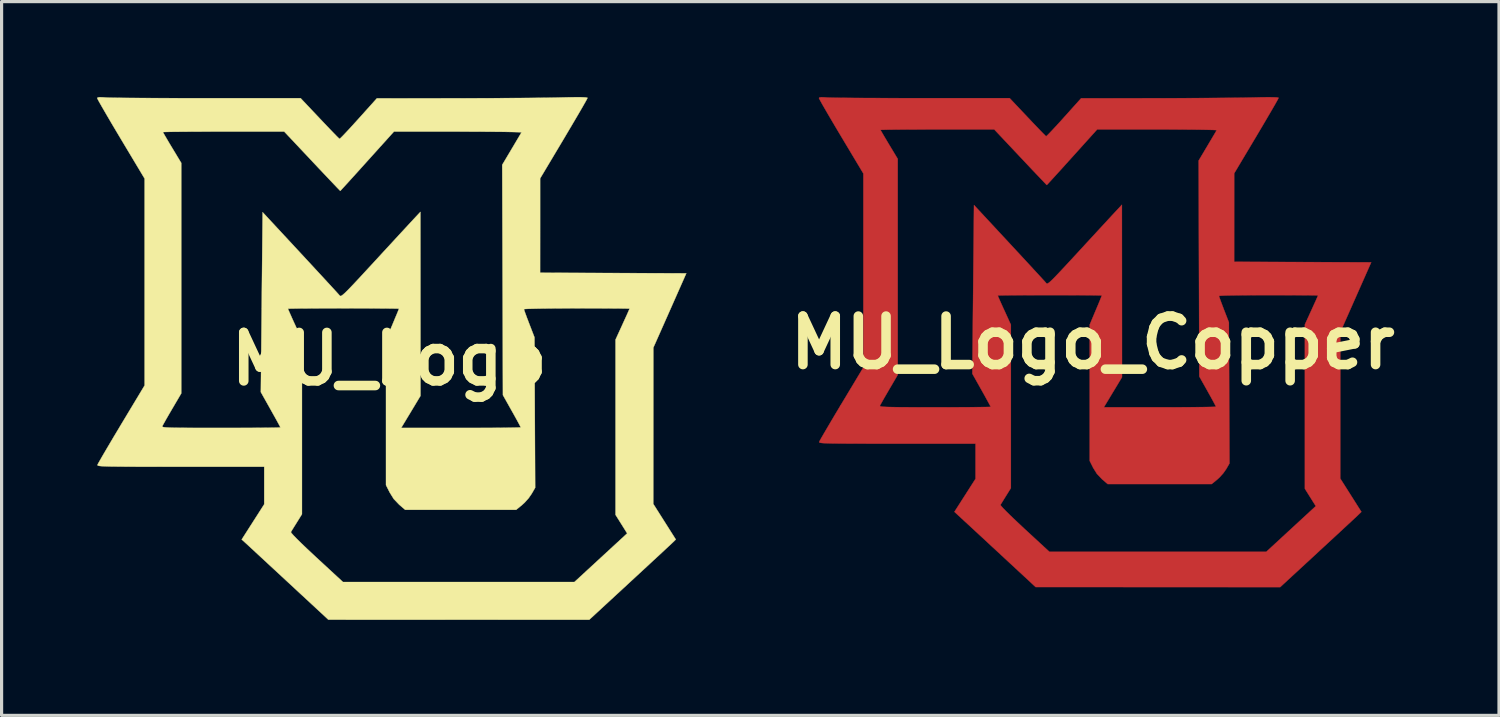
<source format=kicad_pcb>
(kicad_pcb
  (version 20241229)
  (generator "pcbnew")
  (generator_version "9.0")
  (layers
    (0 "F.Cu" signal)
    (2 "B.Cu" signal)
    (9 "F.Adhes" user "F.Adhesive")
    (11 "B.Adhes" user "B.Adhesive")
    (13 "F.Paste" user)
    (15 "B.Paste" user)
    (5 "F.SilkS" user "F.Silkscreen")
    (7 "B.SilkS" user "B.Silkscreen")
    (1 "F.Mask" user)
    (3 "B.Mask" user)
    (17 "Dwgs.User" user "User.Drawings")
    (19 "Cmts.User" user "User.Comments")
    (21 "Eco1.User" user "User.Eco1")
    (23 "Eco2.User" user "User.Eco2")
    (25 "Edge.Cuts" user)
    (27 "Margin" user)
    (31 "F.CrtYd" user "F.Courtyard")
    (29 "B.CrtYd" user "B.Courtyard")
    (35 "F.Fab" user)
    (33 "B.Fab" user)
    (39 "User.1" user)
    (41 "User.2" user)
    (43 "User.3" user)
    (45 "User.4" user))
  (footprint "MU_Logo_Copper"
    (layer "F.Cu")
    (at 31.292 7.718)
    (property "Reference" "MU_Logo_Copper" (at 0 0 0) (layer "F.SilkS") (effects (font (size 1.524 1.524) (thickness 0.3))))
    (attr through_hole)
    (fp_poly (pts (xy 5.688 -7.711) (xy 5.79 -7.706) (xy 5.838 -7.697) (xy 5.842 -7.692) (xy 5.826 -7.659) (xy 5.781 -7.576) (xy 5.71 -7.451) (xy 5.616 -7.289) (xy 5.503 -7.096) (xy 5.374 -6.876) (xy 5.233 -6.638) (xy 5.144 -6.488) (xy 4.446 -5.318) (xy 4.445 -2.54) (xy 6.599 -2.532) (xy 8.753 -2.524) (xy 8.268 -1.429) (xy 7.783 -0.333) (xy 7.781 1.968) (xy 7.78 4.27) (xy 8.444 5.318) (xy 8.357 5.403) (xy 8.318 5.441) (xy 8.236 5.517) (xy 8.117 5.628) (xy 7.966 5.768) (xy 7.787 5.934) (xy 7.586 6.12) (xy 7.367 6.322) (xy 7.135 6.536) (xy 7.082 6.586) (xy 5.892 7.684) (xy 2.049 7.683) (xy -1.794 7.682) (xy -2.16 7.342) (xy -2.274 7.236) (xy -2.419 7.102) (xy -2.588 6.945) (xy -2.776 6.771) (xy -2.975 6.586) (xy -3.18 6.397) (xy -3.383 6.208) (xy -3.58 6.026) (xy -3.764 5.856) (xy -3.927 5.705) (xy -4.065 5.578) (xy -4.17 5.481) (xy -4.236 5.42) (xy -4.245 5.411) (xy -4.347 5.318) (xy -4.015 4.799) (xy -3.683 4.28) (xy -3.683 3.175) (xy -6.147 3.175) (xy -6.601 3.175) (xy -6.996 3.175) (xy -7.336 3.174) (xy -7.624 3.173) (xy -7.865 3.172) (xy -8.063 3.17) (xy -8.223 3.168) (xy -8.348 3.164) (xy -8.442 3.16) (xy -8.509 3.155) (xy -8.555 3.149) (xy -8.582 3.142) (xy -8.594 3.134) (xy -8.597 3.124) (xy -8.596 3.119) (xy -8.577 3.081) (xy -8.529 2.994) (xy -8.454 2.865) (xy -8.357 2.7) (xy -8.242 2.504) (xy -8.111 2.283) (xy -7.968 2.044) (xy -7.933 1.986) (xy -6.688 1.986) (xy -6.686 1.996) (xy -6.667 2.004) (xy -6.627 2.011) (xy -6.561 2.017) (xy -6.464 2.022) (xy -6.332 2.025) (xy -6.161 2.028) (xy -5.945 2.03) (xy -5.679 2.031) (xy -5.36 2.032) (xy -4.982 2.032) (xy -4.956 2.032) (xy -4.63 2.032) (xy -4.323 2.031) (xy -4.042 2.03) (xy -3.792 2.028) (xy -3.579 2.026) (xy -3.408 2.024) (xy -3.287 2.022) (xy -3.219 2.019) (xy -3.207 2.017) (xy -3.222 1.986) (xy -3.263 1.909) (xy -3.326 1.794) (xy -3.405 1.65) (xy -3.495 1.49) (xy -3.783 0.977) (xy -3.759 -1.48) (xy -2.985 -1.48) (xy -2.972 -1.449) (xy -2.938 -1.37) (xy -2.886 -1.253) (xy -2.821 -1.109) (xy -2.778 -1.016) (xy -2.572 -0.564) (xy -2.572 4.573) (xy -2.725 4.818) (xy -2.795 4.931) (xy -2.853 5.025) (xy -2.891 5.087) (xy -2.899 5.099) (xy -2.881 5.129) (xy -2.821 5.197) (xy -2.722 5.299) (xy -2.589 5.43) (xy -2.426 5.586) (xy -2.238 5.763) (xy -2.141 5.854) (xy -1.362 6.572) (xy 5.456 6.572) (xy 7.011 5.138) (xy 6.839 4.865) (xy 6.668 4.591) (xy 6.668 -0.57) (xy 6.874 -1.021) (xy 6.944 -1.176) (xy 7.005 -1.309) (xy 7.05 -1.411) (xy 7.076 -1.471) (xy 7.08 -1.482) (xy 7.05 -1.484) (xy 6.961 -1.486) (xy 6.822 -1.488) (xy 6.637 -1.489) (xy 6.413 -1.49) (xy 6.156 -1.491) (xy 5.872 -1.492) (xy 5.566 -1.492) (xy 5.524 -1.492) (xy 5.217 -1.492) (xy 4.93 -1.49) (xy 4.668 -1.488) (xy 4.44 -1.485) (xy 4.249 -1.482) (xy 4.103 -1.478) (xy 4.008 -1.473) (xy 3.969 -1.468) (xy 3.969 -1.467) (xy 3.98 -1.43) (xy 4.009 -1.346) (xy 4.054 -1.225) (xy 4.109 -1.08) (xy 4.124 -1.04) (xy 4.28 -0.638) (xy 4.289 1.578) (xy 4.299 3.794) (xy 4.196 3.974) (xy 4.105 4.104) (xy 3.988 4.234) (xy 3.916 4.3) (xy 3.739 4.445) (xy 0.471 4.445) (xy 0.296 4.296) (xy 0.132 4.124) (xy 0.013 3.932) (xy -0.095 3.716) (xy -0.095 -0.563) (xy 0.095 -1.016) (xy 0.161 -1.172) (xy 0.217 -1.307) (xy 0.258 -1.409) (xy 0.282 -1.469) (xy 0.286 -1.481) (xy 0.255 -1.483) (xy 0.167 -1.485) (xy 0.027 -1.487) (xy -0.159 -1.489) (xy -0.385 -1.49) (xy -0.644 -1.491) (xy -0.931 -1.492) (xy -1.241 -1.492) (xy -1.349 -1.492) (xy -1.665 -1.492) (xy -1.96 -1.491) (xy -2.23 -1.49) (xy -2.468 -1.489) (xy -2.667 -1.487) (xy -2.824 -1.485) (xy -2.93 -1.483) (xy -2.981 -1.481) (xy -2.985 -1.48) (xy -3.759 -1.48) (xy -3.731 -4.324) (xy -2.619 -3.127) (xy -2.403 -2.894) (xy -2.198 -2.673) (xy -2.01 -2.47) (xy -1.843 -2.288) (xy -1.7 -2.134) (xy -1.587 -2.01) (xy -1.507 -1.923) (xy -1.465 -1.875) (xy -1.46 -1.87) (xy -1.447 -1.858) (xy -1.429 -1.855) (xy -1.403 -1.866) (xy -1.365 -1.893) (xy -1.31 -1.942) (xy -1.236 -2.014) (xy -1.138 -2.115) (xy -1.013 -2.247) (xy -0.856 -2.415) (xy -0.664 -2.622) (xy -0.433 -2.872) (xy -0.428 -2.878) (xy -0.219 -3.105) (xy -0.017 -3.324) (xy 0.173 -3.53) (xy 0.345 -3.716) (xy 0.493 -3.877) (xy 0.613 -4.007) (xy 0.7 -4.1) (xy 0.737 -4.14) (xy 0.918 -4.334) (xy 0.921 1.086) (xy 0.636 1.559) (xy 0.351 2.032) (xy 2.112 2.032) (xy 2.44 2.032) (xy 2.748 2.031) (xy 3.031 2.029) (xy 3.282 2.027) (xy 3.496 2.025) (xy 3.668 2.022) (xy 3.791 2.019) (xy 3.86 2.016) (xy 3.873 2.014) (xy 3.859 1.982) (xy 3.818 1.904) (xy 3.756 1.789) (xy 3.678 1.648) (xy 3.612 1.53) (xy 3.35 1.064) (xy 3.339 -2.328) (xy 3.329 -5.72) (xy 3.606 -6.186) (xy 3.698 -6.341) (xy 3.778 -6.476) (xy 3.842 -6.584) (xy 3.883 -6.654) (xy 3.896 -6.675) (xy 3.867 -6.68) (xy 3.781 -6.684) (xy 3.642 -6.687) (xy 3.456 -6.691) (xy 3.228 -6.694) (xy 2.964 -6.696) (xy 2.669 -6.698) (xy 2.35 -6.699) (xy 2.024 -6.699) (xy 0.139 -6.699) (xy -0.648 -5.826) (xy -0.827 -5.628) (xy -0.991 -5.446) (xy -1.138 -5.285) (xy -1.261 -5.15) (xy -1.356 -5.046) (xy -1.418 -4.979) (xy -1.443 -4.953) (xy -1.443 -4.953) (xy -1.466 -4.975) (xy -1.527 -5.039) (xy -1.622 -5.139) (xy -1.746 -5.269) (xy -1.895 -5.426) (xy -2.063 -5.604) (xy -2.246 -5.799) (xy -2.272 -5.826) (xy -3.094 -6.699) (xy -4.881 -6.699) (xy -5.211 -6.699) (xy -5.521 -6.698) (xy -5.806 -6.697) (xy -6.06 -6.696) (xy -6.277 -6.694) (xy -6.452 -6.692) (xy -6.579 -6.689) (xy -6.652 -6.687) (xy -6.668 -6.685) (xy -6.652 -6.654) (xy -6.609 -6.579) (xy -6.544 -6.468) (xy -6.462 -6.33) (xy -6.398 -6.223) (xy -6.128 -5.775) (xy -6.128 1.013) (xy -6.399 1.476) (xy -6.49 1.633) (xy -6.571 1.772) (xy -6.634 1.885) (xy -6.676 1.96) (xy -6.688 1.986) (xy -7.933 1.986) (xy -7.894 1.921) (xy -7.208 0.779) (xy -7.208 -2.268) (xy -7.208 -5.314) (xy -7.906 -6.48) (xy -8.054 -6.728) (xy -8.191 -6.96) (xy -8.314 -7.169) (xy -8.42 -7.351) (xy -8.505 -7.499) (xy -8.565 -7.608) (xy -8.599 -7.672) (xy -8.604 -7.685) (xy -8.587 -7.705) (xy -8.53 -7.713) (xy -8.423 -7.709) (xy -8.361 -7.704) (xy -8.293 -7.701) (xy -8.166 -7.698) (xy -7.986 -7.695) (xy -7.758 -7.693) (xy -7.487 -7.69) (xy -7.178 -7.688) (xy -6.836 -7.687) (xy -6.467 -7.685) (xy -6.075 -7.684) (xy -5.665 -7.684) (xy -5.365 -7.684) (xy -2.611 -7.684) (xy -2.048 -7.088) (xy -1.896 -6.927) (xy -1.757 -6.782) (xy -1.639 -6.659) (xy -1.546 -6.564) (xy -1.486 -6.504) (xy -1.465 -6.485) (xy -1.439 -6.505) (xy -1.377 -6.567) (xy -1.284 -6.664) (xy -1.167 -6.79) (xy -1.031 -6.938) (xy -0.905 -7.078) (xy -0.365 -7.679) (xy 1.924 -7.681) (xy 2.326 -7.682) (xy 2.73 -7.683) (xy 3.127 -7.685) (xy 3.511 -7.687) (xy 3.874 -7.69) (xy 4.207 -7.693) (xy 4.503 -7.696) (xy 4.755 -7.699) (xy 4.954 -7.703) (xy 5.027 -7.704) (xy 5.308 -7.711) (xy 5.528 -7.713) (xy 5.688 -7.711)) (stroke (width 0.01) (type solid)) (fill yes) (layer "F.Cu")))
  (footprint "MU_Logo"
    (layer "F.Cu")
    (at 9.183 8.232)
    (property "Reference" "MU_Logo" (at 0 0 0) (layer "F.SilkS") (effects (font (size 1.524 1.524) (thickness 0.3))))
    (attr through_hole)
    (fp_poly (pts (xy 6.067 -8.226) (xy 6.177 -8.22) (xy 6.227 -8.21) (xy 6.231 -8.205) (xy 6.215 -8.169) (xy 6.167 -8.082) (xy 6.091 -7.948) (xy 5.991 -7.775) (xy 5.87 -7.569) (xy 5.732 -7.335) (xy 5.581 -7.08) (xy 5.487 -6.921) (xy 4.742 -5.673) (xy 4.742 -4.191) (xy 4.741 -2.71) (xy 9.336 -2.692) (xy 8.819 -1.524) (xy 8.301 -0.356) (xy 8.3 2.1) (xy 8.299 4.555) (xy 8.653 5.114) (xy 9.007 5.673) (xy 8.915 5.763) (xy 8.872 5.804) (xy 8.785 5.885) (xy 8.658 6.003) (xy 8.497 6.153) (xy 8.306 6.329) (xy 8.092 6.528) (xy 7.858 6.744) (xy 7.611 6.972) (xy 7.554 7.025) (xy 6.285 8.196) (xy 2.186 8.195) (xy -1.913 8.194) (xy -2.304 7.831) (xy -2.426 7.718) (xy -2.58 7.575) (xy -2.761 7.408) (xy -2.961 7.222) (xy -3.173 7.026) (xy -3.392 6.823) (xy -3.609 6.622) (xy -3.819 6.428) (xy -4.014 6.247) (xy -4.189 6.085) (xy -4.335 5.95) (xy -4.447 5.846) (xy -4.518 5.781) (xy -4.528 5.772) (xy -4.637 5.673) (xy -3.929 4.566) (xy -3.929 3.387) (xy -6.557 3.387) (xy -7.042 3.387) (xy -7.463 3.386) (xy -7.825 3.386) (xy -8.132 3.385) (xy -8.389 3.383) (xy -8.601 3.381) (xy -8.771 3.379) (xy -8.904 3.375) (xy -9.005 3.371) (xy -9.077 3.365) (xy -9.125 3.359) (xy -9.154 3.351) (xy -9.167 3.342) (xy -9.17 3.332) (xy -9.169 3.327) (xy -9.149 3.286) (xy -9.097 3.194) (xy -9.018 3.056) (xy -8.915 2.88) (xy -8.791 2.67) (xy -8.652 2.435) (xy -8.499 2.18) (xy -8.462 2.118) (xy -7.134 2.118) (xy -7.131 2.129) (xy -7.111 2.138) (xy -7.068 2.146) (xy -6.998 2.152) (xy -6.895 2.157) (xy -6.754 2.161) (xy -6.571 2.163) (xy -6.341 2.165) (xy -6.058 2.167) (xy -5.717 2.167) (xy -5.315 2.167) (xy -5.287 2.167) (xy -4.938 2.167) (xy -4.611 2.166) (xy -4.311 2.165) (xy -4.044 2.163) (xy -3.817 2.161) (xy -3.636 2.159) (xy -3.506 2.156) (xy -3.434 2.153) (xy -3.421 2.152) (xy -3.436 2.118) (xy -3.48 2.036) (xy -3.547 1.913) (xy -3.632 1.761) (xy -3.728 1.589) (xy -4.035 1.042) (xy -4.009 -1.579) (xy -3.183 -1.579) (xy -3.17 -1.545) (xy -3.133 -1.461) (xy -3.078 -1.337) (xy -3.009 -1.183) (xy -2.963 -1.084) (xy -2.743 -0.601) (xy -2.743 4.878) (xy -2.906 5.14) (xy -2.981 5.26) (xy -3.043 5.36) (xy -3.083 5.426) (xy -3.092 5.439) (xy -3.073 5.471) (xy -3.009 5.544) (xy -2.904 5.652) (xy -2.762 5.792) (xy -2.588 5.959) (xy -2.387 6.147) (xy -2.283 6.244) (xy -1.453 7.01) (xy 5.819 7.01) (xy 6.649 6.245) (xy 7.478 5.481) (xy 7.295 5.189) (xy 7.112 4.897) (xy 7.112 -0.607) (xy 7.332 -1.089) (xy 7.407 -1.254) (xy 7.472 -1.396) (xy 7.52 -1.505) (xy 7.548 -1.569) (xy 7.552 -1.581) (xy 7.519 -1.583) (xy 7.425 -1.585) (xy 7.277 -1.587) (xy 7.079 -1.588) (xy 6.841 -1.59) (xy 6.566 -1.591) (xy 6.263 -1.591) (xy 5.938 -1.592) (xy 5.893 -1.592) (xy 5.565 -1.591) (xy 5.258 -1.59) (xy 4.98 -1.587) (xy 4.736 -1.584) (xy 4.533 -1.58) (xy 4.377 -1.576) (xy 4.275 -1.571) (xy 4.234 -1.566) (xy 4.233 -1.565) (xy 4.245 -1.526) (xy 4.277 -1.435) (xy 4.324 -1.307) (xy 4.383 -1.152) (xy 4.399 -1.11) (xy 4.565 -0.68) (xy 4.575 1.683) (xy 4.586 4.047) (xy 4.475 4.239) (xy 4.379 4.377) (xy 4.254 4.516) (xy 4.177 4.586) (xy 3.988 4.741) (xy 0.502 4.741) (xy 0.316 4.582) (xy 0.141 4.399) (xy 0.014 4.194) (xy -0.102 3.964) (xy -0.102 -0.601) (xy 0.102 -1.084) (xy 0.171 -1.251) (xy 0.231 -1.394) (xy 0.276 -1.503) (xy 0.301 -1.567) (xy 0.305 -1.579) (xy 0.272 -1.582) (xy 0.178 -1.584) (xy 0.028 -1.586) (xy -0.17 -1.588) (xy -0.41 -1.589) (xy -0.687 -1.591) (xy -0.993 -1.591) (xy -1.324 -1.592) (xy -1.439 -1.592) (xy -1.776 -1.591) (xy -2.091 -1.591) (xy -2.379 -1.59) (xy -2.632 -1.588) (xy -2.845 -1.587) (xy -3.012 -1.584) (xy -3.125 -1.582) (xy -3.18 -1.58) (xy -3.183 -1.579) (xy -4.009 -1.579) (xy -4.007 -1.785) (xy -3.979 -4.613) (xy -2.794 -3.336) (xy -2.563 -3.087) (xy -2.345 -2.851) (xy -2.144 -2.634) (xy -1.966 -2.441) (xy -1.814 -2.276) (xy -1.693 -2.144) (xy -1.608 -2.051) (xy -1.563 -2) (xy -1.558 -1.995) (xy -1.544 -1.982) (xy -1.525 -1.979) (xy -1.497 -1.99) (xy -1.456 -2.02) (xy -1.398 -2.071) (xy -1.319 -2.148) (xy -1.214 -2.256) (xy -1.08 -2.397) (xy -0.913 -2.576) (xy -0.709 -2.797) (xy -0.462 -3.064) (xy -0.457 -3.07) (xy -0.234 -3.312) (xy -0.018 -3.546) (xy 0.184 -3.765) (xy 0.367 -3.964) (xy 0.526 -4.135) (xy 0.654 -4.274) (xy 0.746 -4.373) (xy 0.786 -4.416) (xy 0.98 -4.623) (xy 0.981 -1.732) (xy 0.982 1.159) (xy 0.679 1.663) (xy 0.375 2.167) (xy 2.253 2.167) (xy 2.603 2.167) (xy 2.931 2.166) (xy 3.233 2.165) (xy 3.501 2.163) (xy 3.729 2.16) (xy 3.912 2.157) (xy 4.044 2.154) (xy 4.118 2.151) (xy 4.132 2.148) (xy 4.116 2.114) (xy 4.072 2.03) (xy 4.006 1.908) (xy 3.923 1.758) (xy 3.852 1.632) (xy 3.573 1.135) (xy 3.562 -2.484) (xy 3.551 -6.102) (xy 3.846 -6.598) (xy 3.944 -6.763) (xy 4.03 -6.908) (xy 4.098 -7.023) (xy 4.142 -7.097) (xy 4.156 -7.12) (xy 4.125 -7.125) (xy 4.033 -7.129) (xy 3.885 -7.133) (xy 3.686 -7.137) (xy 3.443 -7.14) (xy 3.162 -7.142) (xy 2.847 -7.144) (xy 2.506 -7.145) (xy 2.159 -7.146) (xy 0.148 -7.146) (xy -0.692 -6.215) (xy -0.882 -6.004) (xy -1.058 -5.809) (xy -1.214 -5.637) (xy -1.345 -5.493) (xy -1.446 -5.383) (xy -1.512 -5.311) (xy -1.539 -5.283) (xy -1.539 -5.283) (xy -1.563 -5.307) (xy -1.629 -5.375) (xy -1.73 -5.481) (xy -1.863 -5.621) (xy -2.021 -5.788) (xy -2.201 -5.978) (xy -2.396 -6.185) (xy -2.424 -6.215) (xy -3.3 -7.146) (xy -5.206 -7.146) (xy -5.558 -7.146) (xy -5.89 -7.145) (xy -6.194 -7.144) (xy -6.464 -7.142) (xy -6.696 -7.14) (xy -6.882 -7.138) (xy -7.017 -7.135) (xy -7.095 -7.133) (xy -7.112 -7.131) (xy -7.095 -7.098) (xy -7.049 -7.018) (xy -6.98 -6.899) (xy -6.893 -6.752) (xy -6.824 -6.638) (xy -6.536 -6.16) (xy -6.536 1.081) (xy -6.826 1.575) (xy -6.923 1.741) (xy -7.009 1.89) (xy -7.076 2.01) (xy -7.121 2.091) (xy -7.134 2.118) (xy -8.462 2.118) (xy -8.421 2.049) (xy -7.688 0.831) (xy -7.688 -5.669) (xy -8.433 -6.912) (xy -8.591 -7.177) (xy -8.737 -7.423) (xy -8.868 -7.647) (xy -8.981 -7.841) (xy -9.072 -7.999) (xy -9.137 -8.115) (xy -9.172 -8.183) (xy -9.178 -8.198) (xy -9.16 -8.219) (xy -9.098 -8.227) (xy -8.984 -8.223) (xy -8.919 -8.218) (xy -8.846 -8.214) (xy -8.711 -8.211) (xy -8.519 -8.208) (xy -8.275 -8.205) (xy -7.986 -8.203) (xy -7.657 -8.201) (xy -7.292 -8.199) (xy -6.898 -8.198) (xy -6.48 -8.196) (xy -6.043 -8.196) (xy -5.722 -8.196) (xy -2.785 -8.196) (xy -2.185 -7.561) (xy -2.022 -7.389) (xy -1.874 -7.234) (xy -1.748 -7.103) (xy -1.65 -7.002) (xy -1.585 -6.938) (xy -1.562 -6.917) (xy -1.535 -6.939) (xy -1.468 -7.005) (xy -1.37 -7.108) (xy -1.245 -7.242) (xy -1.1 -7.401) (xy -0.965 -7.55) (xy -0.389 -8.191) (xy 2.052 -8.193) (xy 2.481 -8.194) (xy 2.912 -8.195) (xy 3.336 -8.197) (xy 3.745 -8.2) (xy 4.132 -8.202) (xy 4.487 -8.205) (xy 4.803 -8.209) (xy 5.072 -8.212) (xy 5.284 -8.216) (xy 5.362 -8.218) (xy 5.662 -8.225) (xy 5.896 -8.227) (xy 6.067 -8.226)) (stroke (width 0.01) (type solid)) (fill yes) (layer "F.SilkS")))
  (gr_rect
    (start -3 -3)
    (end 44.061 19.433)
    (stroke (width 0.1) (type default))
    (fill no)
    (layer "Edge.Cuts")))
</source>
